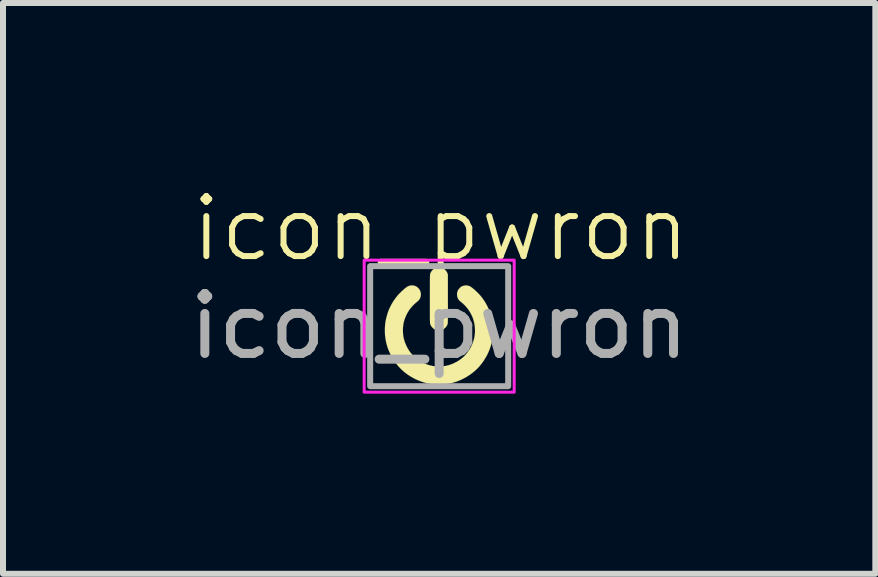
<source format=kicad_pcb>
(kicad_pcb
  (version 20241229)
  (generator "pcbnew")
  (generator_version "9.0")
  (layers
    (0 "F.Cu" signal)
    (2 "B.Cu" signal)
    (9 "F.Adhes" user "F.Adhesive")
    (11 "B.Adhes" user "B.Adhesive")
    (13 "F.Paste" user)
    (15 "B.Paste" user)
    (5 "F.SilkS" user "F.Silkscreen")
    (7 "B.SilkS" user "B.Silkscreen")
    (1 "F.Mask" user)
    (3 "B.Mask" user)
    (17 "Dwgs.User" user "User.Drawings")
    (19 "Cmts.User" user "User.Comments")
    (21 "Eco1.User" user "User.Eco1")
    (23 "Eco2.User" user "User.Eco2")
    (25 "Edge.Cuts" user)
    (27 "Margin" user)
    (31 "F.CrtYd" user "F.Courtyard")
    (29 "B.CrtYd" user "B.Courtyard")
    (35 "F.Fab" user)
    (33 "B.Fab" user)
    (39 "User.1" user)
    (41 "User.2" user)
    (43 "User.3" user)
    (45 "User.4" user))
  (footprint "icon_pwron"
    (layer "F.Cu")
    (at 4.268 2.385)
    (property "Reference" "icon_pwron" (at 0.025 -1.625 0) (unlocked yes) (layer "F.SilkS") (effects (font (size 1 1) (thickness 0.1))))
    (attr smd)
    (fp_poly (pts (xy 0.001 -0.98) (xy 0.009 -0.98) (xy 0.017 -0.979) (xy 0.025 -0.977) (xy 0.033 -0.976) (xy 0.04 -0.973) (xy 0.048 -0.971) (xy 0.055 -0.968) (xy 0.062 -0.965) (xy 0.068 -0.961) (xy 0.075 -0.957) (xy 0.081 -0.953) (xy 0.087 -0.949) (xy 0.092 -0.944) (xy 0.098 -0.939) (xy 0.103 -0.934) (xy 0.109 -0.928) (xy 0.113 -0.922) (xy 0.118 -0.916) (xy 0.122 -0.91) (xy 0.126 -0.904) (xy 0.13 -0.897) (xy 0.133 -0.89) (xy 0.136 -0.884) (xy 0.139 -0.877) (xy 0.145 -0.86) (xy 0.145 -0.462) (xy 0.146 -0.211) (xy 0.144 -0.086) (xy 0.143 -0.056) (xy 0.141 -0.038) (xy 0.137 -0.028) (xy 0.133 -0.018) (xy 0.129 -0.01) (xy 0.124 -0.003) (xy 0.12 0.004) (xy 0.115 0.011) (xy 0.109 0.018) (xy 0.103 0.024) (xy 0.097 0.031) (xy 0.09 0.036) (xy 0.084 0.042) (xy 0.077 0.047) (xy 0.069 0.051) (xy 0.062 0.055) (xy 0.054 0.059) (xy 0.047 0.062) (xy 0.039 0.065) (xy 0.031 0.067) (xy 0.028 0.068) (xy 0.025 0.068) (xy 0.018 0.069) (xy 0.01 0.07) (xy 0.002 0.071) (xy -0.005 0.071) (xy -0.012 0.071) (xy -0.016 0.071) (xy -0.019 0.07) (xy -0.022 0.07) (xy -0.025 0.07) (xy -0.034 0.068) (xy -0.043 0.066) (xy -0.052 0.063) (xy -0.06 0.06) (xy -0.069 0.056) (xy -0.077 0.052) (xy -0.085 0.047) (xy -0.092 0.042) (xy -0.1 0.036) (xy -0.106 0.03) (xy -0.113 0.023) (xy -0.119 0.016) (xy -0.125 0.009) (xy -0.13 0.001) (xy -0.135 -0.007) (xy -0.139 -0.015) (xy -0.145 -0.025) (xy -0.146 -0.027) (xy -0.147 -0.03) (xy -0.148 -0.032) (xy -0.149 -0.035) (xy -0.149 -0.038) (xy -0.15 -0.042) (xy -0.151 -0.046) (xy -0.151 -0.051) (xy -0.152 -0.057) (xy -0.152 -0.064) (xy -0.153 -0.072) (xy -0.153 -0.08) (xy -0.153 -0.09) (xy -0.153 -0.102) (xy -0.154 -0.129) (xy -0.154 -0.162) (xy -0.154 -0.203) (xy -0.154 -0.309) (xy -0.154 -0.453) (xy -0.154 -0.706) (xy -0.153 -0.829) (xy -0.151 -0.859) (xy -0.148 -0.876) (xy -0.144 -0.886) (xy -0.138 -0.897) (xy -0.135 -0.903) (xy -0.132 -0.908) (xy -0.128 -0.914) (xy -0.124 -0.919) (xy -0.119 -0.925) (xy -0.115 -0.93) (xy -0.11 -0.935) (xy -0.105 -0.94) (xy -0.1 -0.945) (xy -0.094 -0.949) (xy -0.089 -0.953) (xy -0.083 -0.957) (xy -0.077 -0.961) (xy -0.072 -0.964) (xy -0.066 -0.967) (xy -0.06 -0.97) (xy -0.053 -0.972) (xy -0.045 -0.975) (xy -0.038 -0.977) (xy -0.03 -0.978) (xy -0.022 -0.979) (xy -0.014 -0.98) (xy -0.006 -0.98)) (stroke (width 0.002) (type solid)) (fill yes) (layer "F.SilkS"))
    (fp_poly (pts (xy -0.447 -0.679) (xy -0.442 -0.678) (xy -0.436 -0.678) (xy -0.43 -0.677) (xy -0.424 -0.676) (xy -0.418 -0.675) (xy -0.413 -0.673) (xy -0.407 -0.672) (xy -0.402 -0.67) (xy -0.397 -0.668) (xy -0.392 -0.666) (xy -0.387 -0.663) (xy -0.382 -0.661) (xy -0.377 -0.658) (xy -0.373 -0.655) (xy -0.368 -0.652) (xy -0.364 -0.649) (xy -0.359 -0.645) (xy -0.355 -0.641) (xy -0.347 -0.633) (xy -0.339 -0.624) (xy -0.332 -0.614) (xy -0.326 -0.605) (xy -0.32 -0.595) (xy -0.316 -0.584) (xy -0.312 -0.574) (xy -0.309 -0.563) (xy -0.307 -0.552) (xy -0.305 -0.541) (xy -0.305 -0.53) (xy -0.305 -0.519) (xy -0.307 -0.508) (xy -0.309 -0.496) (xy -0.312 -0.485) (xy -0.315 -0.474) (xy -0.317 -0.469) (xy -0.32 -0.464) (xy -0.322 -0.459) (xy -0.325 -0.454) (xy -0.327 -0.45) (xy -0.33 -0.445) (xy -0.333 -0.441) (xy -0.337 -0.437) (xy -0.341 -0.432) (xy -0.345 -0.428) (xy -0.35 -0.423) (xy -0.355 -0.418) (xy -0.36 -0.413) (xy -0.366 -0.408) (xy -0.373 -0.403) (xy -0.38 -0.397) (xy -0.396 -0.383) (xy -0.412 -0.369) (xy -0.427 -0.354) (xy -0.442 -0.339) (xy -0.456 -0.323) (xy -0.47 -0.307) (xy -0.483 -0.291) (xy -0.496 -0.274) (xy -0.507 -0.256) (xy -0.519 -0.238) (xy -0.529 -0.22) (xy -0.539 -0.201) (xy -0.549 -0.182) (xy -0.557 -0.163) (xy -0.565 -0.143) (xy -0.573 -0.123) (xy -0.577 -0.112) (xy -0.58 -0.1) (xy -0.584 -0.089) (xy -0.587 -0.077) (xy -0.59 -0.065) (xy -0.592 -0.053) (xy -0.595 -0.042) (xy -0.597 -0.03) (xy -0.599 -0.018) (xy -0.6 -0.005) (xy -0.601 0.007) (xy -0.603 0.019) (xy -0.603 0.032) (xy -0.604 0.045) (xy -0.604 0.071) (xy -0.604 0.089) (xy -0.603 0.107) (xy -0.602 0.125) (xy -0.601 0.143) (xy -0.598 0.16) (xy -0.596 0.177) (xy -0.592 0.194) (xy -0.589 0.211) (xy -0.584 0.227) (xy -0.579 0.244) (xy -0.574 0.26) (xy -0.568 0.277) (xy -0.561 0.294) (xy -0.554 0.31) (xy -0.547 0.327) (xy -0.538 0.344) (xy -0.527 0.366) (xy -0.514 0.388) (xy -0.501 0.409) (xy -0.487 0.429) (xy -0.472 0.448) (xy -0.456 0.467) (xy -0.44 0.485) (xy -0.423 0.502) (xy -0.405 0.518) (xy -0.387 0.534) (xy -0.368 0.549) (xy -0.348 0.564) (xy -0.327 0.577) (xy -0.306 0.59) (xy -0.284 0.602) (xy -0.261 0.614) (xy -0.24 0.623) (xy -0.219 0.632) (xy -0.198 0.64) (xy -0.188 0.643) (xy -0.178 0.647) (xy -0.156 0.653) (xy -0.134 0.658) (xy -0.111 0.663) (xy -0.088 0.667) (xy -0.073 0.669) (xy -0.056 0.67) (xy -0.036 0.671) (xy -0.014 0.671) (xy 0.007 0.672) (xy 0.028 0.671) (xy 0.046 0.67) (xy 0.062 0.669) (xy 0.089 0.665) (xy 0.102 0.663) (xy 0.114 0.661) (xy 0.127 0.658) (xy 0.139 0.655) (xy 0.151 0.652) (xy 0.163 0.649) (xy 0.175 0.645) (xy 0.187 0.641) (xy 0.199 0.637) (xy 0.211 0.632) (xy 0.223 0.627) (xy 0.235 0.622) (xy 0.26 0.61) (xy 0.283 0.599) (xy 0.304 0.587) (xy 0.325 0.574) (xy 0.345 0.56) (xy 0.364 0.546) (xy 0.383 0.531) (xy 0.401 0.516) (xy 0.418 0.5) (xy 0.434 0.483) (xy 0.45 0.465) (xy 0.465 0.447) (xy 0.479 0.428) (xy 0.493 0.409) (xy 0.506 0.388) (xy 0.518 0.367) (xy 0.53 0.346) (xy 0.54 0.325) (xy 0.549 0.305) (xy 0.558 0.284) (xy 0.565 0.264) (xy 0.572 0.243) (xy 0.578 0.222) (xy 0.583 0.202) (xy 0.587 0.181) (xy 0.591 0.16) (xy 0.594 0.138) (xy 0.596 0.117) (xy 0.597 0.095) (xy 0.597 0.074) (xy 0.597 0.052) (xy 0.596 0.029) (xy 0.594 0.007) (xy 0.59 -0.022) (xy 0.585 -0.051) (xy 0.578 -0.08) (xy 0.57 -0.108) (xy 0.561 -0.136) (xy 0.55 -0.163) (xy 0.537 -0.19) (xy 0.524 -0.216) (xy 0.509 -0.242) (xy 0.493 -0.266) (xy 0.476 -0.29) (xy 0.457 -0.314) (xy 0.438 -0.336) (xy 0.417 -0.357) (xy 0.395 -0.378) (xy 0.372 -0.397) (xy 0.364 -0.404) (xy 0.356 -0.41) (xy 0.35 -0.416) (xy 0.343 -0.421) (xy 0.338 -0.427) (xy 0.333 -0.432) (xy 0.328 -0.438) (xy 0.324 -0.443) (xy 0.32 -0.449) (xy 0.317 -0.454) (xy 0.314 -0.46) (xy 0.311 -0.466) (xy 0.308 -0.472) (xy 0.306 -0.478) (xy 0.304 -0.485) (xy 0.302 -0.492) (xy 0.301 -0.496) (xy 0.3 -0.499) (xy 0.3 -0.503) (xy 0.299 -0.507) (xy 0.299 -0.512) (xy 0.298 -0.516) (xy 0.298 -0.525) (xy 0.298 -0.53) (xy 0.298 -0.534) (xy 0.298 -0.538) (xy 0.298 -0.543) (xy 0.298 -0.547) (xy 0.299 -0.551) (xy 0.299 -0.554) (xy 0.3 -0.557) (xy 0.301 -0.563) (xy 0.303 -0.569) (xy 0.304 -0.574) (xy 0.306 -0.58) (xy 0.308 -0.585) (xy 0.31 -0.59) (xy 0.313 -0.595) (xy 0.315 -0.6) (xy 0.318 -0.605) (xy 0.321 -0.609) (xy 0.324 -0.614) (xy 0.328 -0.618) (xy 0.331 -0.623) (xy 0.335 -0.628) (xy 0.34 -0.632) (xy 0.344 -0.637) (xy 0.349 -0.642) (xy 0.353 -0.646) (xy 0.355 -0.648) (xy 0.357 -0.649) (xy 0.359 -0.651) (xy 0.361 -0.653) (xy 0.363 -0.654) (xy 0.365 -0.655) (xy 0.367 -0.657) (xy 0.369 -0.658) (xy 0.371 -0.659) (xy 0.373 -0.66) (xy 0.375 -0.661) (xy 0.377 -0.662) (xy 0.385 -0.666) (xy 0.394 -0.669) (xy 0.402 -0.672) (xy 0.411 -0.674) (xy 0.42 -0.676) (xy 0.429 -0.678) (xy 0.438 -0.678) (xy 0.447 -0.679) (xy 0.456 -0.678) (xy 0.464 -0.678) (xy 0.473 -0.676) (xy 0.482 -0.675) (xy 0.49 -0.672) (xy 0.499 -0.67) (xy 0.507 -0.666) (xy 0.514 -0.663) (xy 0.522 -0.658) (xy 0.532 -0.652) (xy 0.541 -0.645) (xy 0.552 -0.637) (xy 0.564 -0.628) (xy 0.575 -0.618) (xy 0.588 -0.608) (xy 0.6 -0.597) (xy 0.612 -0.585) (xy 0.625 -0.573) (xy 0.637 -0.561) (xy 0.649 -0.549) (xy 0.661 -0.537) (xy 0.672 -0.525) (xy 0.683 -0.513) (xy 0.692 -0.502) (xy 0.712 -0.478) (xy 0.73 -0.452) (xy 0.748 -0.427) (xy 0.765 -0.401) (xy 0.78 -0.374) (xy 0.795 -0.347) (xy 0.809 -0.319) (xy 0.822 -0.291) (xy 0.834 -0.263) (xy 0.845 -0.234) (xy 0.855 -0.205) (xy 0.864 -0.175) (xy 0.872 -0.145) (xy 0.879 -0.115) (xy 0.884 -0.085) (xy 0.889 -0.054) (xy 0.892 -0.033) (xy 0.894 -0.011) (xy 0.896 0.011) (xy 0.897 0.034) (xy 0.897 0.056) (xy 0.897 0.078) (xy 0.897 0.101) (xy 0.896 0.123) (xy 0.894 0.145) (xy 0.892 0.167) (xy 0.89 0.189) (xy 0.887 0.211) (xy 0.883 0.232) (xy 0.879 0.254) (xy 0.874 0.275) (xy 0.869 0.295) (xy 0.864 0.314) (xy 0.858 0.333) (xy 0.852 0.351) (xy 0.846 0.37) (xy 0.839 0.388) (xy 0.832 0.407) (xy 0.824 0.425) (xy 0.816 0.443) (xy 0.808 0.461) (xy 0.799 0.479) (xy 0.79 0.496) (xy 0.78 0.514) (xy 0.77 0.531) (xy 0.759 0.548) (xy 0.749 0.565) (xy 0.738 0.582) (xy 0.725 0.599) (xy 0.713 0.616) (xy 0.7 0.633) (xy 0.687 0.649) (xy 0.674 0.665) (xy 0.66 0.681) (xy 0.646 0.696) (xy 0.631 0.711) (xy 0.616 0.725) (xy 0.601 0.739) (xy 0.585 0.753) (xy 0.569 0.766) (xy 0.553 0.779) (xy 0.536 0.792) (xy 0.519 0.804) (xy 0.502 0.816) (xy 0.486 0.826) (xy 0.472 0.835) (xy 0.459 0.844) (xy 0.446 0.851) (xy 0.432 0.859) (xy 0.418 0.866) (xy 0.403 0.874) (xy 0.386 0.882) (xy 0.368 0.891) (xy 0.35 0.899) (xy 0.332 0.907) (xy 0.314 0.914) (xy 0.296 0.921) (xy 0.277 0.927) (xy 0.259 0.933) (xy 0.241 0.938) (xy 0.223 0.944) (xy 0.204 0.948) (xy 0.186 0.952) (xy 0.167 0.956) (xy 0.148 0.96) (xy 0.128 0.963) (xy 0.109 0.966) (xy 0.089 0.968) (xy 0.076 0.969) (xy 0.059 0.97) (xy 0.016 0.972) (xy -0.026 0.972) (xy -0.042 0.972) (xy -0.055 0.972) (xy -0.055 0.972) (xy -0.084 0.969) (xy -0.114 0.966) (xy -0.143 0.962) (xy -0.171 0.957) (xy -0.2 0.951) (xy -0.228 0.944) (xy -0.255 0.936) (xy -0.283 0.928) (xy -0.31 0.918) (xy -0.337 0.908) (xy -0.363 0.897) (xy -0.39 0.885) (xy -0.416 0.872) (xy -0.442 0.858) (xy -0.468 0.843) (xy -0.493 0.827) (xy -0.512 0.815) (xy -0.53 0.802) (xy -0.549 0.789) (xy -0.566 0.775) (xy -0.584 0.761) (xy -0.601 0.746) (xy -0.617 0.731) (xy -0.634 0.716) (xy -0.65 0.7) (xy -0.665 0.684) (xy -0.68 0.667) (xy -0.695 0.65) (xy -0.709 0.632) (xy -0.722 0.615) (xy -0.736 0.597) (xy -0.748 0.578) (xy -0.758 0.564) (xy -0.767 0.55) (xy -0.775 0.537) (xy -0.783 0.523) (xy -0.79 0.51) (xy -0.798 0.496) (xy -0.805 0.481) (xy -0.813 0.466) (xy -0.83 0.429) (xy -0.838 0.411) (xy -0.845 0.394) (xy -0.852 0.376) (xy -0.858 0.358) (xy -0.864 0.341) (xy -0.869 0.323) (xy -0.874 0.305) (xy -0.879 0.287) (xy -0.883 0.268) (xy -0.887 0.25) (xy -0.891 0.231) (xy -0.894 0.211) (xy -0.9 0.171) (xy -0.902 0.152) (xy -0.903 0.128) (xy -0.904 0.1) (xy -0.904 0.071) (xy -0.904 0.041) (xy -0.903 0.013) (xy -0.902 -0.011) (xy -0.9 -0.03) (xy -0.896 -0.063) (xy -0.89 -0.096) (xy -0.883 -0.128) (xy -0.875 -0.16) (xy -0.866 -0.191) (xy -0.857 -0.222) (xy -0.846 -0.253) (xy -0.834 -0.282) (xy -0.82 -0.312) (xy -0.806 -0.34) (xy -0.791 -0.369) (xy -0.775 -0.396) (xy -0.758 -0.424) (xy -0.739 -0.45) (xy -0.72 -0.476) (xy -0.7 -0.502) (xy -0.69 -0.513) (xy -0.68 -0.525) (xy -0.669 -0.537) (xy -0.657 -0.549) (xy -0.632 -0.573) (xy -0.607 -0.597) (xy -0.583 -0.618) (xy -0.571 -0.628) (xy -0.56 -0.637) (xy -0.549 -0.645) (xy -0.539 -0.652) (xy -0.53 -0.658) (xy -0.522 -0.663) (xy -0.517 -0.665) (xy -0.512 -0.667) (xy -0.507 -0.669) (xy -0.502 -0.671) (xy -0.497 -0.673) (xy -0.491 -0.674) (xy -0.486 -0.676) (xy -0.481 -0.677) (xy -0.475 -0.677) (xy -0.469 -0.678) (xy -0.464 -0.679) (xy -0.458 -0.679) (xy -0.453 -0.679)) (stroke (width 0.002) (type solid)) (fill yes) (layer "F.SilkS"))
    (fp_rect (start -1.25 -1.1) (end 1.25 1.1) (stroke (width 0.05) (type solid)) (fill no) (layer "F.CrtYd"))
    (fp_rect (start 1.15 -1) (end -1.15 1) (stroke (width 0.1) (type solid)) (fill no) (layer "F.Fab"))
    (fp_text user "${REFERENCE}" (at 0 0 0) (unlocked yes) (layer "F.Fab") (effects (font (size 1 1) (thickness 0.15)))))
  (gr_rect
    (start -3 -3)
    (end 11.536 6.511)
    (stroke (width 0.1) (type default))
    (fill no)
    (layer "Edge.Cuts")))
</source>
